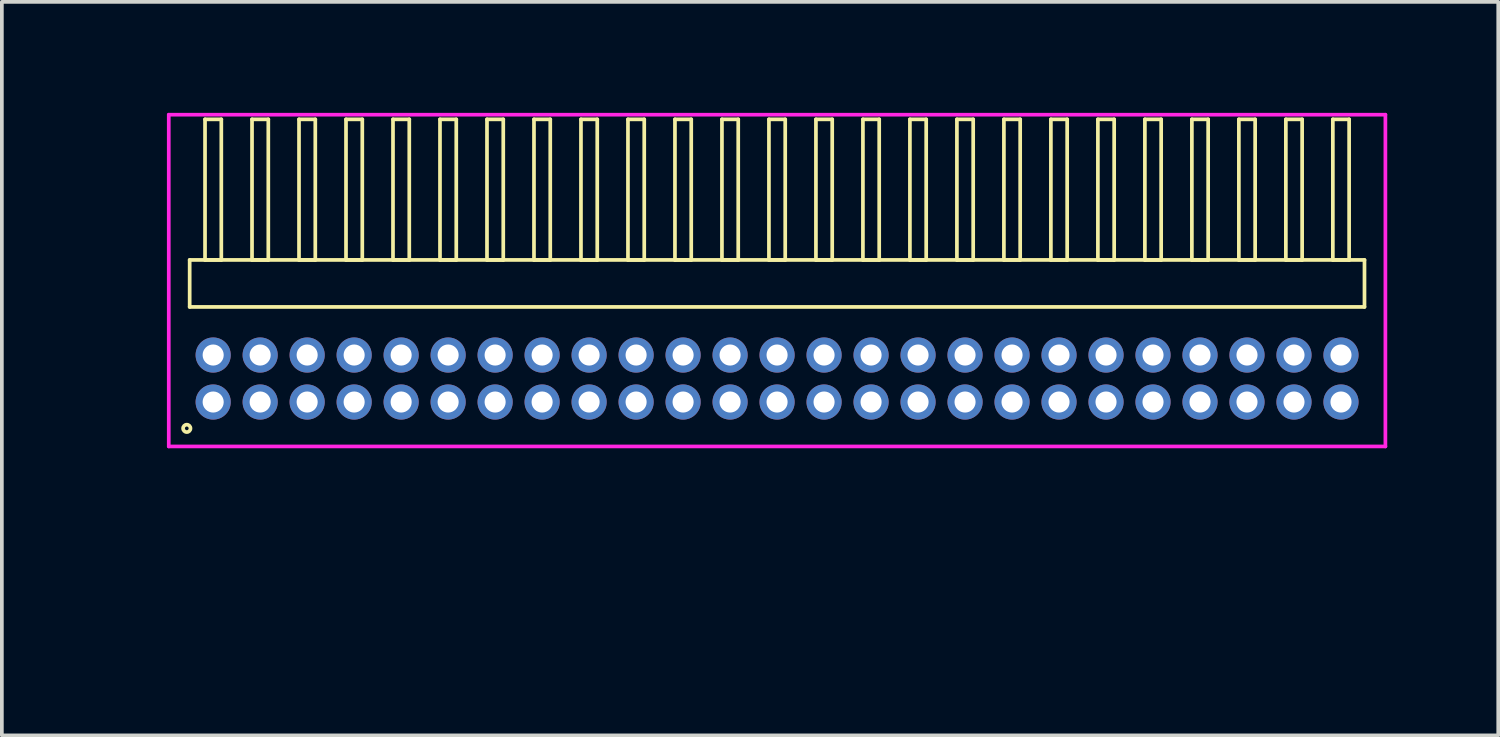
<source format=kicad_pcb>
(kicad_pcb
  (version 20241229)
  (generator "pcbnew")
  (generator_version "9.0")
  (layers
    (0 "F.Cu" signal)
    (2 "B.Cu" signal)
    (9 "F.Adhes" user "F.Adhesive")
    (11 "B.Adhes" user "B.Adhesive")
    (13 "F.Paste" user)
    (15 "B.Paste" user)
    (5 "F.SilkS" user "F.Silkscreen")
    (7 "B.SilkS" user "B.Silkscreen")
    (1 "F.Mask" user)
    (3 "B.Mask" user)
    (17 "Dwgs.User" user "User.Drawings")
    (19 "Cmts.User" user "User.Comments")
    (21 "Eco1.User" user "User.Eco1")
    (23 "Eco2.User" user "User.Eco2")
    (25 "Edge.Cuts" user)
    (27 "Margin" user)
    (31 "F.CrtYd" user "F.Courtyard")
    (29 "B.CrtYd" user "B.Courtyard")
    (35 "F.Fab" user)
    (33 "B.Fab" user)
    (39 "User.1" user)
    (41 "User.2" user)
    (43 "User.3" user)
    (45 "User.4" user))
  (footprint "HDR_RA127P25x2"
    (layer "F.Cu")
    (at 17.951 7.18)
    (property "Reference" "HDR_RA127P25x2" (at -17.19 0 90) (layer "User.1") (effects (font (size 1 1) (thickness 0.1))))
    (attr through_hole)
    (fp_line (start -15.875 -3.205) (end -15.875 -1.935) (stroke (width 0.1) (type solid)) (layer "F.SilkS"))
    (fp_line (start -15.875 -1.935) (end 15.875 -1.935) (stroke (width 0.1) (type solid)) (layer "F.SilkS"))
    (fp_line (start -15.46 -7.005) (end -15.46 -3.205) (stroke (width 0.1) (type solid)) (layer "F.SilkS"))
    (fp_line (start -15.46 -3.205) (end -15.02 -3.205) (stroke (width 0.1) (type solid)) (layer "F.SilkS"))
    (fp_line (start -15.02 -7.005) (end -15.46 -7.005) (stroke (width 0.1) (type solid)) (layer "F.SilkS"))
    (fp_line (start -15.02 -3.205) (end -15.02 -7.005) (stroke (width 0.1) (type solid)) (layer "F.SilkS"))
    (fp_line (start -14.19 -7.005) (end -14.19 -3.205) (stroke (width 0.1) (type solid)) (layer "F.SilkS"))
    (fp_line (start -14.19 -3.205) (end -13.75 -3.205) (stroke (width 0.1) (type solid)) (layer "F.SilkS"))
    (fp_line (start -13.75 -7.005) (end -14.19 -7.005) (stroke (width 0.1) (type solid)) (layer "F.SilkS"))
    (fp_line (start -13.75 -3.205) (end -13.75 -7.005) (stroke (width 0.1) (type solid)) (layer "F.SilkS"))
    (fp_line (start -12.92 -7.005) (end -12.92 -3.205) (stroke (width 0.1) (type solid)) (layer "F.SilkS"))
    (fp_line (start -12.92 -3.205) (end -12.48 -3.205) (stroke (width 0.1) (type solid)) (layer "F.SilkS"))
    (fp_line (start -12.48 -7.005) (end -12.92 -7.005) (stroke (width 0.1) (type solid)) (layer "F.SilkS"))
    (fp_line (start -12.48 -3.205) (end -12.48 -7.005) (stroke (width 0.1) (type solid)) (layer "F.SilkS"))
    (fp_line (start -11.65 -7.005) (end -11.65 -3.205) (stroke (width 0.1) (type solid)) (layer "F.SilkS"))
    (fp_line (start -11.65 -3.205) (end -11.21 -3.205) (stroke (width 0.1) (type solid)) (layer "F.SilkS"))
    (fp_line (start -11.21 -7.005) (end -11.65 -7.005) (stroke (width 0.1) (type solid)) (layer "F.SilkS"))
    (fp_line (start -11.21 -3.205) (end -11.21 -7.005) (stroke (width 0.1) (type solid)) (layer "F.SilkS"))
    (fp_line (start -10.38 -7.005) (end -10.38 -3.205) (stroke (width 0.1) (type solid)) (layer "F.SilkS"))
    (fp_line (start -10.38 -3.205) (end -9.94 -3.205) (stroke (width 0.1) (type solid)) (layer "F.SilkS"))
    (fp_line (start -9.94 -7.005) (end -10.38 -7.005) (stroke (width 0.1) (type solid)) (layer "F.SilkS"))
    (fp_line (start -9.94 -3.205) (end -9.94 -7.005) (stroke (width 0.1) (type solid)) (layer "F.SilkS"))
    (fp_line (start -9.11 -7.005) (end -9.11 -3.205) (stroke (width 0.1) (type solid)) (layer "F.SilkS"))
    (fp_line (start -9.11 -3.205) (end -8.67 -3.205) (stroke (width 0.1) (type solid)) (layer "F.SilkS"))
    (fp_line (start -8.67 -7.005) (end -9.11 -7.005) (stroke (width 0.1) (type solid)) (layer "F.SilkS"))
    (fp_line (start -8.67 -3.205) (end -8.67 -7.005) (stroke (width 0.1) (type solid)) (layer "F.SilkS"))
    (fp_line (start -7.84 -7.005) (end -7.84 -3.205) (stroke (width 0.1) (type solid)) (layer "F.SilkS"))
    (fp_line (start -7.84 -3.205) (end -7.4 -3.205) (stroke (width 0.1) (type solid)) (layer "F.SilkS"))
    (fp_line (start -7.4 -7.005) (end -7.84 -7.005) (stroke (width 0.1) (type solid)) (layer "F.SilkS"))
    (fp_line (start -7.4 -3.205) (end -7.4 -7.005) (stroke (width 0.1) (type solid)) (layer "F.SilkS"))
    (fp_line (start -6.57 -7.005) (end -6.57 -3.205) (stroke (width 0.1) (type solid)) (layer "F.SilkS"))
    (fp_line (start -6.57 -3.205) (end -6.13 -3.205) (stroke (width 0.1) (type solid)) (layer "F.SilkS"))
    (fp_line (start -6.13 -7.005) (end -6.57 -7.005) (stroke (width 0.1) (type solid)) (layer "F.SilkS"))
    (fp_line (start -6.13 -3.205) (end -6.13 -7.005) (stroke (width 0.1) (type solid)) (layer "F.SilkS"))
    (fp_line (start -5.3 -7.005) (end -5.3 -3.205) (stroke (width 0.1) (type solid)) (layer "F.SilkS"))
    (fp_line (start -5.3 -3.205) (end -4.86 -3.205) (stroke (width 0.1) (type solid)) (layer "F.SilkS"))
    (fp_line (start -4.86 -7.005) (end -5.3 -7.005) (stroke (width 0.1) (type solid)) (layer "F.SilkS"))
    (fp_line (start -4.86 -3.205) (end -4.86 -7.005) (stroke (width 0.1) (type solid)) (layer "F.SilkS"))
    (fp_line (start -4.03 -7.005) (end -4.03 -3.205) (stroke (width 0.1) (type solid)) (layer "F.SilkS"))
    (fp_line (start -4.03 -3.205) (end -3.59 -3.205) (stroke (width 0.1) (type solid)) (layer "F.SilkS"))
    (fp_line (start -3.59 -7.005) (end -4.03 -7.005) (stroke (width 0.1) (type solid)) (layer "F.SilkS"))
    (fp_line (start -3.59 -3.205) (end -3.59 -7.005) (stroke (width 0.1) (type solid)) (layer "F.SilkS"))
    (fp_line (start -2.76 -7.005) (end -2.76 -3.205) (stroke (width 0.1) (type solid)) (layer "F.SilkS"))
    (fp_line (start -2.76 -3.205) (end -2.32 -3.205) (stroke (width 0.1) (type solid)) (layer "F.SilkS"))
    (fp_line (start -2.32 -7.005) (end -2.76 -7.005) (stroke (width 0.1) (type solid)) (layer "F.SilkS"))
    (fp_line (start -2.32 -3.205) (end -2.32 -7.005) (stroke (width 0.1) (type solid)) (layer "F.SilkS"))
    (fp_line (start -1.49 -7.005) (end -1.49 -3.205) (stroke (width 0.1) (type solid)) (layer "F.SilkS"))
    (fp_line (start -1.49 -3.205) (end -1.05 -3.205) (stroke (width 0.1) (type solid)) (layer "F.SilkS"))
    (fp_line (start -1.05 -7.005) (end -1.49 -7.005) (stroke (width 0.1) (type solid)) (layer "F.SilkS"))
    (fp_line (start -1.05 -3.205) (end -1.05 -7.005) (stroke (width 0.1) (type solid)) (layer "F.SilkS"))
    (fp_line (start -0.22 -7.005) (end -0.22 -3.205) (stroke (width 0.1) (type solid)) (layer "F.SilkS"))
    (fp_line (start -0.22 -3.205) (end 0.22 -3.205) (stroke (width 0.1) (type solid)) (layer "F.SilkS"))
    (fp_line (start 0.22 -7.005) (end -0.22 -7.005) (stroke (width 0.1) (type solid)) (layer "F.SilkS"))
    (fp_line (start 0.22 -3.205) (end 0.22 -7.005) (stroke (width 0.1) (type solid)) (layer "F.SilkS"))
    (fp_line (start 1.05 -7.005) (end 1.05 -3.205) (stroke (width 0.1) (type solid)) (layer "F.SilkS"))
    (fp_line (start 1.05 -3.205) (end 1.49 -3.205) (stroke (width 0.1) (type solid)) (layer "F.SilkS"))
    (fp_line (start 1.49 -7.005) (end 1.05 -7.005) (stroke (width 0.1) (type solid)) (layer "F.SilkS"))
    (fp_line (start 1.49 -3.205) (end 1.49 -7.005) (stroke (width 0.1) (type solid)) (layer "F.SilkS"))
    (fp_line (start 2.32 -7.005) (end 2.32 -3.205) (stroke (width 0.1) (type solid)) (layer "F.SilkS"))
    (fp_line (start 2.32 -3.205) (end 2.76 -3.205) (stroke (width 0.1) (type solid)) (layer "F.SilkS"))
    (fp_line (start 2.76 -7.005) (end 2.32 -7.005) (stroke (width 0.1) (type solid)) (layer "F.SilkS"))
    (fp_line (start 2.76 -3.205) (end 2.76 -7.005) (stroke (width 0.1) (type solid)) (layer "F.SilkS"))
    (fp_line (start 3.59 -7.005) (end 3.59 -3.205) (stroke (width 0.1) (type solid)) (layer "F.SilkS"))
    (fp_line (start 3.59 -3.205) (end 4.03 -3.205) (stroke (width 0.1) (type solid)) (layer "F.SilkS"))
    (fp_line (start 4.03 -7.005) (end 3.59 -7.005) (stroke (width 0.1) (type solid)) (layer "F.SilkS"))
    (fp_line (start 4.03 -3.205) (end 4.03 -7.005) (stroke (width 0.1) (type solid)) (layer "F.SilkS"))
    (fp_line (start 4.86 -7.005) (end 4.86 -3.205) (stroke (width 0.1) (type solid)) (layer "F.SilkS"))
    (fp_line (start 4.86 -3.205) (end 5.3 -3.205) (stroke (width 0.1) (type solid)) (layer "F.SilkS"))
    (fp_line (start 5.3 -7.005) (end 4.86 -7.005) (stroke (width 0.1) (type solid)) (layer "F.SilkS"))
    (fp_line (start 5.3 -3.205) (end 5.3 -7.005) (stroke (width 0.1) (type solid)) (layer "F.SilkS"))
    (fp_line (start 6.13 -7.005) (end 6.13 -3.205) (stroke (width 0.1) (type solid)) (layer "F.SilkS"))
    (fp_line (start 6.13 -3.205) (end 6.57 -3.205) (stroke (width 0.1) (type solid)) (layer "F.SilkS"))
    (fp_line (start 6.57 -7.005) (end 6.13 -7.005) (stroke (width 0.1) (type solid)) (layer "F.SilkS"))
    (fp_line (start 6.57 -3.205) (end 6.57 -7.005) (stroke (width 0.1) (type solid)) (layer "F.SilkS"))
    (fp_line (start 7.4 -7.005) (end 7.4 -3.205) (stroke (width 0.1) (type solid)) (layer "F.SilkS"))
    (fp_line (start 7.4 -3.205) (end 7.84 -3.205) (stroke (width 0.1) (type solid)) (layer "F.SilkS"))
    (fp_line (start 7.84 -7.005) (end 7.4 -7.005) (stroke (width 0.1) (type solid)) (layer "F.SilkS"))
    (fp_line (start 7.84 -3.205) (end 7.84 -7.005) (stroke (width 0.1) (type solid)) (layer "F.SilkS"))
    (fp_line (start 8.67 -7.005) (end 8.67 -3.205) (stroke (width 0.1) (type solid)) (layer "F.SilkS"))
    (fp_line (start 8.67 -3.205) (end 9.11 -3.205) (stroke (width 0.1) (type solid)) (layer "F.SilkS"))
    (fp_line (start 9.11 -7.005) (end 8.67 -7.005) (stroke (width 0.1) (type solid)) (layer "F.SilkS"))
    (fp_line (start 9.11 -3.205) (end 9.11 -7.005) (stroke (width 0.1) (type solid)) (layer "F.SilkS"))
    (fp_line (start 9.94 -7.005) (end 9.94 -3.205) (stroke (width 0.1) (type solid)) (layer "F.SilkS"))
    (fp_line (start 9.94 -3.205) (end 10.38 -3.205) (stroke (width 0.1) (type solid)) (layer "F.SilkS"))
    (fp_line (start 10.38 -7.005) (end 9.94 -7.005) (stroke (width 0.1) (type solid)) (layer "F.SilkS"))
    (fp_line (start 10.38 -3.205) (end 10.38 -7.005) (stroke (width 0.1) (type solid)) (layer "F.SilkS"))
    (fp_line (start 11.21 -7.005) (end 11.21 -3.205) (stroke (width 0.1) (type solid)) (layer "F.SilkS"))
    (fp_line (start 11.21 -3.205) (end 11.65 -3.205) (stroke (width 0.1) (type solid)) (layer "F.SilkS"))
    (fp_line (start 11.65 -7.005) (end 11.21 -7.005) (stroke (width 0.1) (type solid)) (layer "F.SilkS"))
    (fp_line (start 11.65 -3.205) (end 11.65 -7.005) (stroke (width 0.1) (type solid)) (layer "F.SilkS"))
    (fp_line (start 12.48 -7.005) (end 12.48 -3.205) (stroke (width 0.1) (type solid)) (layer "F.SilkS"))
    (fp_line (start 12.48 -3.205) (end 12.92 -3.205) (stroke (width 0.1) (type solid)) (layer "F.SilkS"))
    (fp_line (start 12.92 -7.005) (end 12.48 -7.005) (stroke (width 0.1) (type solid)) (layer "F.SilkS"))
    (fp_line (start 12.92 -3.205) (end 12.92 -7.005) (stroke (width 0.1) (type solid)) (layer "F.SilkS"))
    (fp_line (start 13.75 -7.005) (end 13.75 -3.205) (stroke (width 0.1) (type solid)) (layer "F.SilkS"))
    (fp_line (start 13.75 -3.205) (end 14.19 -3.205) (stroke (width 0.1) (type solid)) (layer "F.SilkS"))
    (fp_line (start 14.19 -7.005) (end 13.75 -7.005) (stroke (width 0.1) (type solid)) (layer "F.SilkS"))
    (fp_line (start 14.19 -3.205) (end 14.19 -7.005) (stroke (width 0.1) (type solid)) (layer "F.SilkS"))
    (fp_line (start 15.02 -7.005) (end 15.02 -3.205) (stroke (width 0.1) (type solid)) (layer "F.SilkS"))
    (fp_line (start 15.02 -3.205) (end 15.46 -3.205) (stroke (width 0.1) (type solid)) (layer "F.SilkS"))
    (fp_line (start 15.46 -7.005) (end 15.02 -7.005) (stroke (width 0.1) (type solid)) (layer "F.SilkS"))
    (fp_line (start 15.46 -3.205) (end 15.46 -7.005) (stroke (width 0.1) (type solid)) (layer "F.SilkS"))
    (fp_line (start 15.875 -3.205) (end -15.875 -3.205) (stroke (width 0.1) (type solid)) (layer "F.SilkS"))
    (fp_line (start 15.875 -1.935) (end 15.875 -3.205) (stroke (width 0.1) (type solid)) (layer "F.SilkS"))
    (fp_circle (center -15.953 1.347) (end -15.853 1.347) (stroke (width 0.1) (type solid)) (fill no) (layer "F.SilkS"))
    (fp_line (start -16.44 -7.13) (end -16.44 1.835) (stroke (width 0.1) (type solid)) (layer "F.CrtYd"))
    (fp_line (start -16.44 1.835) (end 16.44 1.835) (stroke (width 0.1) (type solid)) (layer "F.CrtYd"))
    (fp_line (start 16.44 -7.13) (end -16.44 -7.13) (stroke (width 0.1) (type solid)) (layer "F.CrtYd"))
    (fp_line (start 16.44 1.835) (end 16.44 -7.13) (stroke (width 0.1) (type solid)) (layer "F.CrtYd"))
    (pad "1" thru_hole oval (at -15.24 0.635) (size 0.95 0.95) (drill 0.57) (layers "*.Cu" "*.Mask"))
    (pad "2" thru_hole oval (at -15.24 -0.635) (size 0.95 0.95) (drill 0.57) (layers "*.Cu" "*.Mask"))
    (pad "3" thru_hole oval (at -13.97 0.635) (size 0.95 0.95) (drill 0.57) (layers "*.Cu" "*.Mask"))
    (pad "4" thru_hole oval (at -13.97 -0.635) (size 0.95 0.95) (drill 0.57) (layers "*.Cu" "*.Mask"))
    (pad "5" thru_hole oval (at -12.7 0.635) (size 0.95 0.95) (drill 0.57) (layers "*.Cu" "*.Mask"))
    (pad "6" thru_hole oval (at -12.7 -0.635) (size 0.95 0.95) (drill 0.57) (layers "*.Cu" "*.Mask"))
    (pad "7" thru_hole oval (at -11.43 0.635) (size 0.95 0.95) (drill 0.57) (layers "*.Cu" "*.Mask"))
    (pad "8" thru_hole oval (at -11.43 -0.635) (size 0.95 0.95) (drill 0.57) (layers "*.Cu" "*.Mask"))
    (pad "9" thru_hole oval (at -10.16 0.635) (size 0.95 0.95) (drill 0.57) (layers "*.Cu" "*.Mask"))
    (pad "10" thru_hole oval (at -10.16 -0.635) (size 0.95 0.95) (drill 0.57) (layers "*.Cu" "*.Mask"))
    (pad "11" thru_hole oval (at -8.89 0.635) (size 0.95 0.95) (drill 0.57) (layers "*.Cu" "*.Mask"))
    (pad "12" thru_hole oval (at -8.89 -0.635) (size 0.95 0.95) (drill 0.57) (layers "*.Cu" "*.Mask"))
    (pad "13" thru_hole oval (at -7.62 0.635) (size 0.95 0.95) (drill 0.57) (layers "*.Cu" "*.Mask"))
    (pad "14" thru_hole oval (at -7.62 -0.635) (size 0.95 0.95) (drill 0.57) (layers "*.Cu" "*.Mask"))
    (pad "15" thru_hole oval (at -6.35 0.635) (size 0.95 0.95) (drill 0.57) (layers "*.Cu" "*.Mask"))
    (pad "16" thru_hole oval (at -6.35 -0.635) (size 0.95 0.95) (drill 0.57) (layers "*.Cu" "*.Mask"))
    (pad "17" thru_hole oval (at -5.08 0.635) (size 0.95 0.95) (drill 0.57) (layers "*.Cu" "*.Mask"))
    (pad "18" thru_hole oval (at -5.08 -0.635) (size 0.95 0.95) (drill 0.57) (layers "*.Cu" "*.Mask"))
    (pad "19" thru_hole oval (at -3.81 0.635) (size 0.95 0.95) (drill 0.57) (layers "*.Cu" "*.Mask"))
    (pad "20" thru_hole oval (at -3.81 -0.635) (size 0.95 0.95) (drill 0.57) (layers "*.Cu" "*.Mask"))
    (pad "21" thru_hole oval (at -2.54 0.635) (size 0.95 0.95) (drill 0.57) (layers "*.Cu" "*.Mask"))
    (pad "22" thru_hole oval (at -2.54 -0.635) (size 0.95 0.95) (drill 0.57) (layers "*.Cu" "*.Mask"))
    (pad "23" thru_hole oval (at -1.27 0.635) (size 0.95 0.95) (drill 0.57) (layers "*.Cu" "*.Mask"))
    (pad "24" thru_hole oval (at -1.27 -0.635) (size 0.95 0.95) (drill 0.57) (layers "*.Cu" "*.Mask"))
    (pad "25" thru_hole oval (at 0 0.635) (size 0.95 0.95) (drill 0.57) (layers "*.Cu" "*.Mask"))
    (pad "26" thru_hole oval (at 0 -0.635) (size 0.95 0.95) (drill 0.57) (layers "*.Cu" "*.Mask"))
    (pad "27" thru_hole oval (at 1.27 0.635) (size 0.95 0.95) (drill 0.57) (layers "*.Cu" "*.Mask"))
    (pad "28" thru_hole oval (at 1.27 -0.635) (size 0.95 0.95) (drill 0.57) (layers "*.Cu" "*.Mask"))
    (pad "29" thru_hole oval (at 2.54 0.635) (size 0.95 0.95) (drill 0.57) (layers "*.Cu" "*.Mask"))
    (pad "30" thru_hole oval (at 2.54 -0.635) (size 0.95 0.95) (drill 0.57) (layers "*.Cu" "*.Mask"))
    (pad "31" thru_hole oval (at 3.81 0.635) (size 0.95 0.95) (drill 0.57) (layers "*.Cu" "*.Mask"))
    (pad "32" thru_hole oval (at 3.81 -0.635) (size 0.95 0.95) (drill 0.57) (layers "*.Cu" "*.Mask"))
    (pad "33" thru_hole oval (at 5.08 0.635) (size 0.95 0.95) (drill 0.57) (layers "*.Cu" "*.Mask"))
    (pad "34" thru_hole oval (at 5.08 -0.635) (size 0.95 0.95) (drill 0.57) (layers "*.Cu" "*.Mask"))
    (pad "35" thru_hole oval (at 6.35 0.635) (size 0.95 0.95) (drill 0.57) (layers "*.Cu" "*.Mask"))
    (pad "36" thru_hole oval (at 6.35 -0.635) (size 0.95 0.95) (drill 0.57) (layers "*.Cu" "*.Mask"))
    (pad "37" thru_hole oval (at 7.62 0.635) (size 0.95 0.95) (drill 0.57) (layers "*.Cu" "*.Mask"))
    (pad "38" thru_hole oval (at 7.62 -0.635) (size 0.95 0.95) (drill 0.57) (layers "*.Cu" "*.Mask"))
    (pad "39" thru_hole oval (at 8.89 0.635) (size 0.95 0.95) (drill 0.57) (layers "*.Cu" "*.Mask"))
    (pad "40" thru_hole oval (at 8.89 -0.635) (size 0.95 0.95) (drill 0.57) (layers "*.Cu" "*.Mask"))
    (pad "41" thru_hole oval (at 10.16 0.635) (size 0.95 0.95) (drill 0.57) (layers "*.Cu" "*.Mask"))
    (pad "42" thru_hole oval (at 10.16 -0.635) (size 0.95 0.95) (drill 0.57) (layers "*.Cu" "*.Mask"))
    (pad "43" thru_hole oval (at 11.43 0.635) (size 0.95 0.95) (drill 0.57) (layers "*.Cu" "*.Mask"))
    (pad "44" thru_hole oval (at 11.43 -0.635) (size 0.95 0.95) (drill 0.57) (layers "*.Cu" "*.Mask"))
    (pad "45" thru_hole oval (at 12.7 0.635) (size 0.95 0.95) (drill 0.57) (layers "*.Cu" "*.Mask"))
    (pad "46" thru_hole oval (at 12.7 -0.635) (size 0.95 0.95) (drill 0.57) (layers "*.Cu" "*.Mask"))
    (pad "47" thru_hole oval (at 13.97 0.635) (size 0.95 0.95) (drill 0.57) (layers "*.Cu" "*.Mask"))
    (pad "48" thru_hole oval (at 13.97 -0.635) (size 0.95 0.95) (drill 0.57) (layers "*.Cu" "*.Mask"))
    (pad "49" thru_hole oval (at 15.24 0.635) (size 0.95 0.95) (drill 0.57) (layers "*.Cu" "*.Mask"))
    (pad "50" thru_hole oval (at 15.24 -0.635) (size 0.95 0.95) (drill 0.57) (layers "*.Cu" "*.Mask")))
  (gr_rect
    (start -3 -3)
    (end 37.441 16.825)
    (stroke (width 0.1) (type default))
    (fill no)
    (layer "Edge.Cuts")))
</source>
